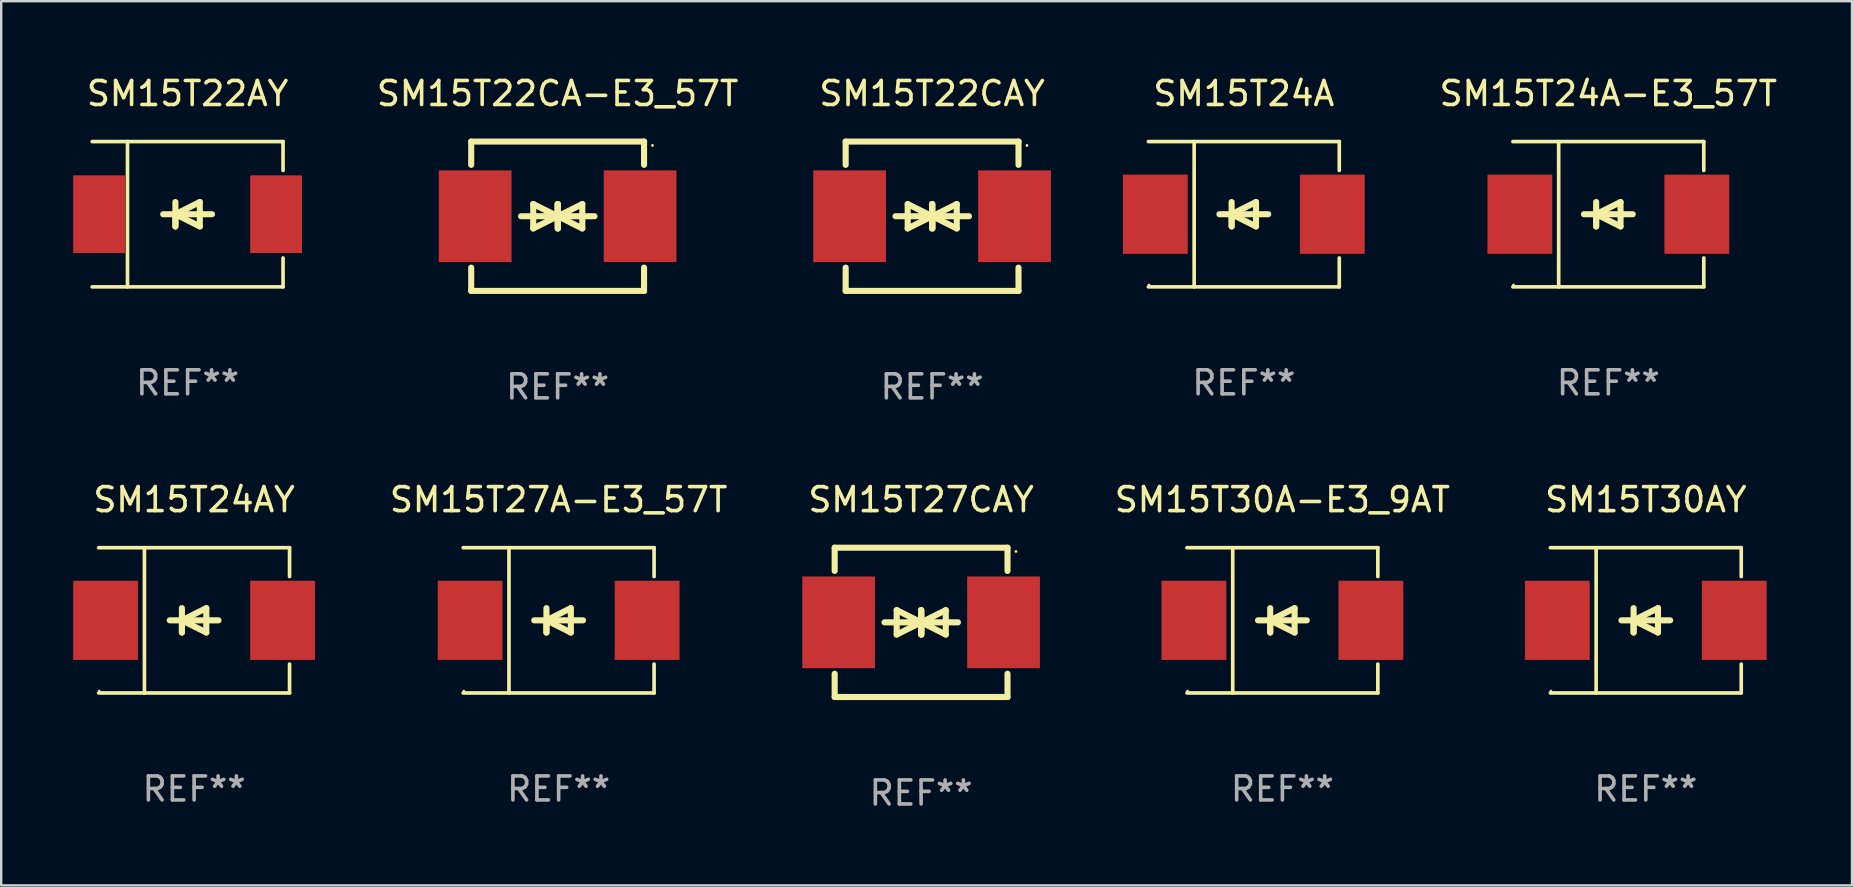
<source format=kicad_pcb>
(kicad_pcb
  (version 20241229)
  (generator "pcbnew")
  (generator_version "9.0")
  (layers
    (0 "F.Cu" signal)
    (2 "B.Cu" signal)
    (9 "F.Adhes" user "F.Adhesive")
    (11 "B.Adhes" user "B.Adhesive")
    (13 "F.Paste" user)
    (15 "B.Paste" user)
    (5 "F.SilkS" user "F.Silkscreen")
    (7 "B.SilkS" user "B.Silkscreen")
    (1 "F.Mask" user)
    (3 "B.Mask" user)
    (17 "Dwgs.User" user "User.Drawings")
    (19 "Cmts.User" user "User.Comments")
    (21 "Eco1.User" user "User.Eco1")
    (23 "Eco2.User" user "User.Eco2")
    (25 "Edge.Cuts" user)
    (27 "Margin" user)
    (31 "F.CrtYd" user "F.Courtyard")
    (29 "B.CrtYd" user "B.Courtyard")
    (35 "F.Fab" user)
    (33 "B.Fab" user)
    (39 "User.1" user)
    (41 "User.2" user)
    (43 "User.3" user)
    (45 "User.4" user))
  (footprint "SM15T24A"
    (layer "F.Cu")
    (at 48.764 5.874)
    (property "Reference" "SM15T24A" (at 0 -5.026 0) (layer "F.SilkS") (effects (font (size 1 1) (thickness 0.15))))
    (attr through_hole)
    (fp_line (start -3.976 -3.026) (end 3.976 -3.026) (stroke (width 0.152) (type solid)) (layer "F.SilkS"))
    (fp_line (start -3.976 3.026) (end 3.976 3.026) (stroke (width 0.152) (type solid)) (layer "F.SilkS"))
    (fp_line (start -2.069 -3.026) (end -2.069 3.026) (stroke (width 0.152) (type solid)) (layer "F.SilkS"))
    (fp_line (start -0.508 0) (end -0.508 0.508) (stroke (width 0.254) (type solid)) (layer "F.SilkS"))
    (fp_line (start -0.508 0) (end 0.508 0.508) (stroke (width 0.254) (type solid)) (layer "F.SilkS"))
    (fp_line (start -0.508 0.508) (end -0.508 -0.508) (stroke (width 0.254) (type solid)) (layer "F.SilkS"))
    (fp_line (start 0.508 -0.508) (end -0.508 0) (stroke (width 0.254) (type solid)) (layer "F.SilkS"))
    (fp_line (start 0.508 0.508) (end 0.508 -0.508) (stroke (width 0.254) (type solid)) (layer "F.SilkS"))
    (fp_line (start 1.016 0) (end -1.016 0) (stroke (width 0.254) (type solid)) (layer "F.SilkS"))
    (fp_line (start 3.976 -3.026) (end 3.976 -1.823) (stroke (width 0.152) (type solid)) (layer "F.SilkS"))
    (fp_line (start 3.976 3.026) (end 3.976 1.823) (stroke (width 0.152) (type solid)) (layer "F.SilkS"))
    (fp_circle (center -3.95 2.95) (end -3.92 2.95) (stroke (width 0.06) (type solid)) (fill no) (layer "F.SilkS"))
    (fp_text user "REF**" (at 0 7.026 0) (layer "F.Fab") (effects (font (size 1 1) (thickness 0.15))))
    (pad "1" smd rect (at -3.686 0) (size 2.7 3.3) (layers "F.Cu" "F.Mask" "F.Paste"))
    (pad "2" smd rect (at 3.686 0) (size 2.7 3.3) (layers "F.Cu" "F.Mask" "F.Paste")))
  (footprint "SM15T24AY"
    (layer "F.Cu")
    (at 5.036 22.791)
    (property "Reference" "SM15T24AY" (at 0 -5.026 0) (layer "F.SilkS") (effects (font (size 1 1) (thickness 0.15))))
    (attr through_hole)
    (fp_line (start -3.976 -3.026) (end 3.976 -3.026) (stroke (width 0.152) (type solid)) (layer "F.SilkS"))
    (fp_line (start -3.976 3.026) (end 3.976 3.026) (stroke (width 0.152) (type solid)) (layer "F.SilkS"))
    (fp_line (start -2.069 -3.026) (end -2.069 3.026) (stroke (width 0.152) (type solid)) (layer "F.SilkS"))
    (fp_line (start -0.508 0) (end -0.508 0.508) (stroke (width 0.254) (type solid)) (layer "F.SilkS"))
    (fp_line (start -0.508 0) (end 0.508 0.508) (stroke (width 0.254) (type solid)) (layer "F.SilkS"))
    (fp_line (start -0.508 0.508) (end -0.508 -0.508) (stroke (width 0.254) (type solid)) (layer "F.SilkS"))
    (fp_line (start 0.508 -0.508) (end -0.508 0) (stroke (width 0.254) (type solid)) (layer "F.SilkS"))
    (fp_line (start 0.508 0.508) (end 0.508 -0.508) (stroke (width 0.254) (type solid)) (layer "F.SilkS"))
    (fp_line (start 1.016 0) (end -1.016 0) (stroke (width 0.254) (type solid)) (layer "F.SilkS"))
    (fp_line (start 3.976 -3.026) (end 3.976 -1.823) (stroke (width 0.152) (type solid)) (layer "F.SilkS"))
    (fp_line (start 3.976 3.026) (end 3.976 1.823) (stroke (width 0.152) (type solid)) (layer "F.SilkS"))
    (fp_circle (center -3.95 2.95) (end -3.92 2.95) (stroke (width 0.06) (type solid)) (fill no) (layer "F.SilkS"))
    (fp_text user "REF**" (at 0 7.026 0) (layer "F.Fab") (effects (font (size 1 1) (thickness 0.15))))
    (pad "1" smd rect (at -3.686 0) (size 2.7 3.3) (layers "F.Cu" "F.Mask" "F.Paste"))
    (pad "2" smd rect (at 3.686 0) (size 2.7 3.3) (layers "F.Cu" "F.Mask" "F.Paste")))
  (footprint "SM15T30AY"
    (layer "F.Cu")
    (at 65.509 22.791)
    (property "Reference" "SM15T30AY" (at 0 -5.026 0) (layer "F.SilkS") (effects (font (size 1 1) (thickness 0.15))))
    (attr through_hole)
    (fp_line (start -3.976 -3.026) (end 3.976 -3.026) (stroke (width 0.152) (type solid)) (layer "F.SilkS"))
    (fp_line (start -3.976 3.026) (end 3.976 3.026) (stroke (width 0.152) (type solid)) (layer "F.SilkS"))
    (fp_line (start -2.069 -3.026) (end -2.069 3.026) (stroke (width 0.152) (type solid)) (layer "F.SilkS"))
    (fp_line (start -0.508 0) (end -0.508 0.508) (stroke (width 0.254) (type solid)) (layer "F.SilkS"))
    (fp_line (start -0.508 0) (end 0.508 0.508) (stroke (width 0.254) (type solid)) (layer "F.SilkS"))
    (fp_line (start -0.508 0.508) (end -0.508 -0.508) (stroke (width 0.254) (type solid)) (layer "F.SilkS"))
    (fp_line (start 0.508 -0.508) (end -0.508 0) (stroke (width 0.254) (type solid)) (layer "F.SilkS"))
    (fp_line (start 0.508 0.508) (end 0.508 -0.508) (stroke (width 0.254) (type solid)) (layer "F.SilkS"))
    (fp_line (start 1.016 0) (end -1.016 0) (stroke (width 0.254) (type solid)) (layer "F.SilkS"))
    (fp_line (start 3.976 -3.026) (end 3.976 -1.823) (stroke (width 0.152) (type solid)) (layer "F.SilkS"))
    (fp_line (start 3.976 3.026) (end 3.976 1.823) (stroke (width 0.152) (type solid)) (layer "F.SilkS"))
    (fp_circle (center -3.95 2.95) (end -3.92 2.95) (stroke (width 0.06) (type solid)) (fill no) (layer "F.SilkS"))
    (fp_text user "REF**" (at 0 7.026 0) (layer "F.Fab") (effects (font (size 1 1) (thickness 0.15))))
    (pad "1" smd rect (at -3.686 0) (size 2.7 3.3) (layers "F.Cu" "F.Mask" "F.Paste"))
    (pad "2" smd rect (at 3.686 0) (size 2.7 3.3) (layers "F.Cu" "F.Mask" "F.Paste")))
  (footprint "SM15T30A-E3_9AT"
    (layer "F.Cu")
    (at 50.371 22.791)
    (property "Reference" "SM15T30A-E3_9AT" (at 0 -5.026 0) (layer "F.SilkS") (effects (font (size 1 1) (thickness 0.15))))
    (attr through_hole)
    (fp_line (start -3.976 -3.026) (end 3.976 -3.026) (stroke (width 0.152) (type solid)) (layer "F.SilkS"))
    (fp_line (start -3.976 3.026) (end 3.976 3.026) (stroke (width 0.152) (type solid)) (layer "F.SilkS"))
    (fp_line (start -2.069 -3.026) (end -2.069 3.026) (stroke (width 0.152) (type solid)) (layer "F.SilkS"))
    (fp_line (start -0.508 0) (end -0.508 0.508) (stroke (width 0.254) (type solid)) (layer "F.SilkS"))
    (fp_line (start -0.508 0) (end 0.508 0.508) (stroke (width 0.254) (type solid)) (layer "F.SilkS"))
    (fp_line (start -0.508 0.508) (end -0.508 -0.508) (stroke (width 0.254) (type solid)) (layer "F.SilkS"))
    (fp_line (start 0.508 -0.508) (end -0.508 0) (stroke (width 0.254) (type solid)) (layer "F.SilkS"))
    (fp_line (start 0.508 0.508) (end 0.508 -0.508) (stroke (width 0.254) (type solid)) (layer "F.SilkS"))
    (fp_line (start 1.016 0) (end -1.016 0) (stroke (width 0.254) (type solid)) (layer "F.SilkS"))
    (fp_line (start 3.976 -3.026) (end 3.976 -1.823) (stroke (width 0.152) (type solid)) (layer "F.SilkS"))
    (fp_line (start 3.976 3.026) (end 3.976 1.823) (stroke (width 0.152) (type solid)) (layer "F.SilkS"))
    (fp_circle (center -3.95 2.95) (end -3.92 2.95) (stroke (width 0.06) (type solid)) (fill no) (layer "F.SilkS"))
    (fp_text user "REF**" (at 0 7.026 0) (layer "F.Fab") (effects (font (size 1 1) (thickness 0.15))))
    (pad "1" smd rect (at -3.686 0) (size 2.7 3.3) (layers "F.Cu" "F.Mask" "F.Paste"))
    (pad "2" smd rect (at 3.686 0) (size 2.7 3.3) (layers "F.Cu" "F.Mask" "F.Paste")))
  (footprint "SM15T27CAY"
    (layer "F.Cu")
    (at 35.32 22.875)
    (property "Reference" "SM15T27CAY" (at 0 -5.11 0) (layer "F.SilkS") (effects (font (size 1 1) (thickness 0.15))))
    (attr through_hole)
    (fp_line (start -3.6 -2.141) (end -3.6 -3.11) (stroke (width 0.254) (type solid)) (layer "F.SilkS"))
    (fp_line (start -3.6 3.11) (end -3.6 2.141) (stroke (width 0.254) (type solid)) (layer "F.SilkS"))
    (fp_line (start -1.524 0) (end 0.508 0) (stroke (width 0.254) (type solid)) (layer "F.SilkS"))
    (fp_line (start -1.016 -0.508) (end -1.016 0.508) (stroke (width 0.254) (type solid)) (layer "F.SilkS"))
    (fp_line (start -1.016 0.508) (end 0 0) (stroke (width 0.254) (type solid)) (layer "F.SilkS"))
    (fp_line (start 0 -0.508) (end 0 0.508) (stroke (width 0.254) (type solid)) (layer "F.SilkS"))
    (fp_line (start 0 0) (end -1.016 -0.508) (stroke (width 0.254) (type solid)) (layer "F.SilkS"))
    (fp_line (start 0 0) (end 0 -0.508) (stroke (width 0.254) (type solid)) (layer "F.SilkS"))
    (fp_line (start 0.012 0) (end 0.012 0.508) (stroke (width 0.254) (type solid)) (layer "F.SilkS"))
    (fp_line (start 0.012 0) (end 1.028 0.508) (stroke (width 0.254) (type solid)) (layer "F.SilkS"))
    (fp_line (start 0.012 0.508) (end 0.012 -0.508) (stroke (width 0.254) (type solid)) (layer "F.SilkS"))
    (fp_line (start 1.028 -0.508) (end 0.012 0) (stroke (width 0.254) (type solid)) (layer "F.SilkS"))
    (fp_line (start 1.028 0.508) (end 1.028 -0.508) (stroke (width 0.254) (type solid)) (layer "F.SilkS"))
    (fp_line (start 1.536 0) (end -0.496 0) (stroke (width 0.254) (type solid)) (layer "F.SilkS"))
    (fp_line (start 3.6 -3.11) (end -3.6 -3.11) (stroke (width 0.254) (type solid)) (layer "F.SilkS"))
    (fp_line (start 3.6 -2.141) (end 3.6 -3.11) (stroke (width 0.254) (type solid)) (layer "F.SilkS"))
    (fp_line (start 3.6 3.11) (end -3.6 3.11) (stroke (width 0.254) (type solid)) (layer "F.SilkS"))
    (fp_line (start 3.6 3.11) (end 3.6 2.141) (stroke (width 0.254) (type solid)) (layer "F.SilkS"))
    (fp_circle (center 3.952 -2.95) (end 3.982 -2.95) (stroke (width 0.06) (type solid)) (fill no) (layer "F.SilkS"))
    (fp_text user "REF**" (at 0 7.11 0) (layer "F.Fab") (effects (font (size 1 1) (thickness 0.15))))
    (pad "1" smd rect (at 3.435 0) (size 3.03 3.82) (layers "F.Cu" "F.Mask" "F.Paste"))
    (pad "2" smd rect (at -3.435 0) (size 3.03 3.82) (layers "F.Cu" "F.Mask" "F.Paste")))
  (footprint "SM15T27A-E3_57T"
    (layer "F.Cu")
    (at 20.221 22.791)
    (property "Reference" "SM15T27A-E3_57T" (at 0 -5.026 0) (layer "F.SilkS") (effects (font (size 1 1) (thickness 0.15))))
    (attr through_hole)
    (fp_line (start -3.976 -3.026) (end 3.976 -3.026) (stroke (width 0.152) (type solid)) (layer "F.SilkS"))
    (fp_line (start -3.976 3.026) (end 3.976 3.026) (stroke (width 0.152) (type solid)) (layer "F.SilkS"))
    (fp_line (start -2.069 -3.026) (end -2.069 3.026) (stroke (width 0.152) (type solid)) (layer "F.SilkS"))
    (fp_line (start -0.508 0) (end -0.508 0.508) (stroke (width 0.254) (type solid)) (layer "F.SilkS"))
    (fp_line (start -0.508 0) (end 0.508 0.508) (stroke (width 0.254) (type solid)) (layer "F.SilkS"))
    (fp_line (start -0.508 0.508) (end -0.508 -0.508) (stroke (width 0.254) (type solid)) (layer "F.SilkS"))
    (fp_line (start 0.508 -0.508) (end -0.508 0) (stroke (width 0.254) (type solid)) (layer "F.SilkS"))
    (fp_line (start 0.508 0.508) (end 0.508 -0.508) (stroke (width 0.254) (type solid)) (layer "F.SilkS"))
    (fp_line (start 1.016 0) (end -1.016 0) (stroke (width 0.254) (type solid)) (layer "F.SilkS"))
    (fp_line (start 3.976 -3.026) (end 3.976 -1.823) (stroke (width 0.152) (type solid)) (layer "F.SilkS"))
    (fp_line (start 3.976 3.026) (end 3.976 1.823) (stroke (width 0.152) (type solid)) (layer "F.SilkS"))
    (fp_circle (center -3.95 2.95) (end -3.92 2.95) (stroke (width 0.06) (type solid)) (fill no) (layer "F.SilkS"))
    (fp_text user "REF**" (at 0 7.026 0) (layer "F.Fab") (effects (font (size 1 1) (thickness 0.15))))
    (pad "1" smd rect (at -3.686 0) (size 2.7 3.3) (layers "F.Cu" "F.Mask" "F.Paste"))
    (pad "2" smd rect (at 3.686 0) (size 2.7 3.3) (layers "F.Cu" "F.Mask" "F.Paste")))
  (footprint "SM15T22CAY"
    (layer "F.Cu")
    (at 35.778 5.958)
    (property "Reference" "SM15T22CAY" (at 0 -5.11 0) (layer "F.SilkS") (effects (font (size 1 1) (thickness 0.15))))
    (attr through_hole)
    (fp_line (start -3.6 -2.141) (end -3.6 -3.11) (stroke (width 0.254) (type solid)) (layer "F.SilkS"))
    (fp_line (start -3.6 3.11) (end -3.6 2.141) (stroke (width 0.254) (type solid)) (layer "F.SilkS"))
    (fp_line (start -1.524 0) (end 0.508 0) (stroke (width 0.254) (type solid)) (layer "F.SilkS"))
    (fp_line (start -1.016 -0.508) (end -1.016 0.508) (stroke (width 0.254) (type solid)) (layer "F.SilkS"))
    (fp_line (start -1.016 0.508) (end 0 0) (stroke (width 0.254) (type solid)) (layer "F.SilkS"))
    (fp_line (start 0 -0.508) (end 0 0.508) (stroke (width 0.254) (type solid)) (layer "F.SilkS"))
    (fp_line (start 0 0) (end -1.016 -0.508) (stroke (width 0.254) (type solid)) (layer "F.SilkS"))
    (fp_line (start 0 0) (end 0 -0.508) (stroke (width 0.254) (type solid)) (layer "F.SilkS"))
    (fp_line (start 0.012 0) (end 0.012 0.508) (stroke (width 0.254) (type solid)) (layer "F.SilkS"))
    (fp_line (start 0.012 0) (end 1.028 0.508) (stroke (width 0.254) (type solid)) (layer "F.SilkS"))
    (fp_line (start 0.012 0.508) (end 0.012 -0.508) (stroke (width 0.254) (type solid)) (layer "F.SilkS"))
    (fp_line (start 1.028 -0.508) (end 0.012 0) (stroke (width 0.254) (type solid)) (layer "F.SilkS"))
    (fp_line (start 1.028 0.508) (end 1.028 -0.508) (stroke (width 0.254) (type solid)) (layer "F.SilkS"))
    (fp_line (start 1.536 0) (end -0.496 0) (stroke (width 0.254) (type solid)) (layer "F.SilkS"))
    (fp_line (start 3.6 -3.11) (end -3.6 -3.11) (stroke (width 0.254) (type solid)) (layer "F.SilkS"))
    (fp_line (start 3.6 -2.141) (end 3.6 -3.11) (stroke (width 0.254) (type solid)) (layer "F.SilkS"))
    (fp_line (start 3.6 3.11) (end -3.6 3.11) (stroke (width 0.254) (type solid)) (layer "F.SilkS"))
    (fp_line (start 3.6 3.11) (end 3.6 2.141) (stroke (width 0.254) (type solid)) (layer "F.SilkS"))
    (fp_circle (center 3.952 -2.95) (end 3.982 -2.95) (stroke (width 0.06) (type solid)) (fill no) (layer "F.SilkS"))
    (fp_text user "REF**" (at 0 7.11 0) (layer "F.Fab") (effects (font (size 1 1) (thickness 0.15))))
    (pad "1" smd rect (at 3.435 0) (size 3.03 3.82) (layers "F.Cu" "F.Mask" "F.Paste"))
    (pad "2" smd rect (at -3.435 0) (size 3.03 3.82) (layers "F.Cu" "F.Mask" "F.Paste")))
  (footprint "SM15T22CA-E3_57T"
    (layer "F.Cu")
    (at 20.179 5.958)
    (property "Reference" "SM15T22CA-E3_57T" (at 0 -5.11 0) (layer "F.SilkS") (effects (font (size 1 1) (thickness 0.15))))
    (attr through_hole)
    (fp_line (start -3.6 -2.141) (end -3.6 -3.11) (stroke (width 0.254) (type solid)) (layer "F.SilkS"))
    (fp_line (start -3.6 3.11) (end -3.6 2.141) (stroke (width 0.254) (type solid)) (layer "F.SilkS"))
    (fp_line (start -1.524 0) (end 0.508 0) (stroke (width 0.254) (type solid)) (layer "F.SilkS"))
    (fp_line (start -1.016 -0.508) (end -1.016 0.508) (stroke (width 0.254) (type solid)) (layer "F.SilkS"))
    (fp_line (start -1.016 0.508) (end 0 0) (stroke (width 0.254) (type solid)) (layer "F.SilkS"))
    (fp_line (start 0 -0.508) (end 0 0.508) (stroke (width 0.254) (type solid)) (layer "F.SilkS"))
    (fp_line (start 0 0) (end -1.016 -0.508) (stroke (width 0.254) (type solid)) (layer "F.SilkS"))
    (fp_line (start 0 0) (end 0 -0.508) (stroke (width 0.254) (type solid)) (layer "F.SilkS"))
    (fp_line (start 0.012 0) (end 0.012 0.508) (stroke (width 0.254) (type solid)) (layer "F.SilkS"))
    (fp_line (start 0.012 0) (end 1.028 0.508) (stroke (width 0.254) (type solid)) (layer "F.SilkS"))
    (fp_line (start 0.012 0.508) (end 0.012 -0.508) (stroke (width 0.254) (type solid)) (layer "F.SilkS"))
    (fp_line (start 1.028 -0.508) (end 0.012 0) (stroke (width 0.254) (type solid)) (layer "F.SilkS"))
    (fp_line (start 1.028 0.508) (end 1.028 -0.508) (stroke (width 0.254) (type solid)) (layer "F.SilkS"))
    (fp_line (start 1.536 0) (end -0.496 0) (stroke (width 0.254) (type solid)) (layer "F.SilkS"))
    (fp_line (start 3.6 -3.11) (end -3.6 -3.11) (stroke (width 0.254) (type solid)) (layer "F.SilkS"))
    (fp_line (start 3.6 -2.141) (end 3.6 -3.11) (stroke (width 0.254) (type solid)) (layer "F.SilkS"))
    (fp_line (start 3.6 3.11) (end -3.6 3.11) (stroke (width 0.254) (type solid)) (layer "F.SilkS"))
    (fp_line (start 3.6 3.11) (end 3.6 2.141) (stroke (width 0.254) (type solid)) (layer "F.SilkS"))
    (fp_circle (center 3.952 -2.95) (end 3.982 -2.95) (stroke (width 0.06) (type solid)) (fill no) (layer "F.SilkS"))
    (fp_text user "REF**" (at 0 7.11 0) (layer "F.Fab") (effects (font (size 1 1) (thickness 0.15))))
    (pad "1" smd rect (at 3.435 0) (size 3.03 3.82) (layers "F.Cu" "F.Mask" "F.Paste"))
    (pad "2" smd rect (at -3.435 0) (size 3.03 3.82) (layers "F.Cu" "F.Mask" "F.Paste")))
  (footprint "SM15T24A-E3_57T"
    (layer "F.Cu")
    (at 63.949 5.874)
    (property "Reference" "SM15T24A-E3_57T" (at 0 -5.026 0) (layer "F.SilkS") (effects (font (size 1 1) (thickness 0.15))))
    (attr through_hole)
    (fp_line (start -3.976 -3.026) (end 3.976 -3.026) (stroke (width 0.152) (type solid)) (layer "F.SilkS"))
    (fp_line (start -3.976 3.026) (end 3.976 3.026) (stroke (width 0.152) (type solid)) (layer "F.SilkS"))
    (fp_line (start -2.069 -3.026) (end -2.069 3.026) (stroke (width 0.152) (type solid)) (layer "F.SilkS"))
    (fp_line (start -0.508 0) (end -0.508 0.508) (stroke (width 0.254) (type solid)) (layer "F.SilkS"))
    (fp_line (start -0.508 0) (end 0.508 0.508) (stroke (width 0.254) (type solid)) (layer "F.SilkS"))
    (fp_line (start -0.508 0.508) (end -0.508 -0.508) (stroke (width 0.254) (type solid)) (layer "F.SilkS"))
    (fp_line (start 0.508 -0.508) (end -0.508 0) (stroke (width 0.254) (type solid)) (layer "F.SilkS"))
    (fp_line (start 0.508 0.508) (end 0.508 -0.508) (stroke (width 0.254) (type solid)) (layer "F.SilkS"))
    (fp_line (start 1.016 0) (end -1.016 0) (stroke (width 0.254) (type solid)) (layer "F.SilkS"))
    (fp_line (start 3.976 -3.026) (end 3.976 -1.823) (stroke (width 0.152) (type solid)) (layer "F.SilkS"))
    (fp_line (start 3.976 3.026) (end 3.976 1.823) (stroke (width 0.152) (type solid)) (layer "F.SilkS"))
    (fp_circle (center -3.95 2.95) (end -3.92 2.95) (stroke (width 0.06) (type solid)) (fill no) (layer "F.SilkS"))
    (fp_text user "REF**" (at 0 7.026 0) (layer "F.Fab") (effects (font (size 1 1) (thickness 0.15))))
    (pad "1" smd rect (at -3.686 0) (size 2.7 3.3) (layers "F.Cu" "F.Mask" "F.Paste"))
    (pad "2" smd rect (at 3.686 0) (size 2.7 3.3) (layers "F.Cu" "F.Mask" "F.Paste")))
  (footprint "SM15T22AY"
    (layer "F.Cu")
    (at 4.765 5.874)
    (property "Reference" "SM15T22AY" (at 0 -5.026 0) (layer "F.SilkS") (effects (font (size 1 1) (thickness 0.15))))
    (attr through_hole)
    (fp_line (start -3.976 -3.026) (end 3.976 -3.026) (stroke (width 0.152) (type solid)) (layer "F.SilkS"))
    (fp_line (start -3.976 3.026) (end 3.976 3.026) (stroke (width 0.152) (type solid)) (layer "F.SilkS"))
    (fp_line (start -2.504 -3.026) (end -2.504 3.026) (stroke (width 0.152) (type solid)) (layer "F.SilkS"))
    (fp_line (start -0.508 0) (end -0.508 0.508) (stroke (width 0.254) (type solid)) (layer "F.SilkS"))
    (fp_line (start -0.508 0) (end 0.508 0.508) (stroke (width 0.254) (type solid)) (layer "F.SilkS"))
    (fp_line (start -0.508 0.508) (end -0.508 -0.508) (stroke (width 0.254) (type solid)) (layer "F.SilkS"))
    (fp_line (start 0.508 -0.508) (end -0.508 0) (stroke (width 0.254) (type solid)) (layer "F.SilkS"))
    (fp_line (start 0.508 0.508) (end 0.508 -0.508) (stroke (width 0.254) (type solid)) (layer "F.SilkS"))
    (fp_line (start 1.016 0) (end -1.016 0) (stroke (width 0.254) (type solid)) (layer "F.SilkS"))
    (fp_line (start 3.976 -3.026) (end 3.976 -1.823) (stroke (width 0.152) (type solid)) (layer "F.SilkS"))
    (fp_line (start 3.976 3.026) (end 3.976 1.823) (stroke (width 0.152) (type solid)) (layer "F.SilkS"))
    (fp_circle (center 3.95 -2.95) (end 3.98 -2.95) (stroke (width 0.06) (type solid)) (fill no) (layer "F.SilkS"))
    (fp_text user "REF**" (at 0 7.026 0) (layer "F.Fab") (effects (font (size 1 1) (thickness 0.15))))
    (pad "1" smd rect (at 3.686 0 180) (size 2.158 3.24) (layers "F.Cu" "F.Mask" "F.Paste"))
    (pad "2" smd rect (at -3.686 0 180) (size 2.158 3.24) (layers "F.Cu" "F.Mask" "F.Paste")))
  (gr_rect
    (start -3 -3)
    (end 74.098 33.833)
    (stroke (width 0.1) (type default))
    (fill no)
    (layer "Edge.Cuts")))
</source>
